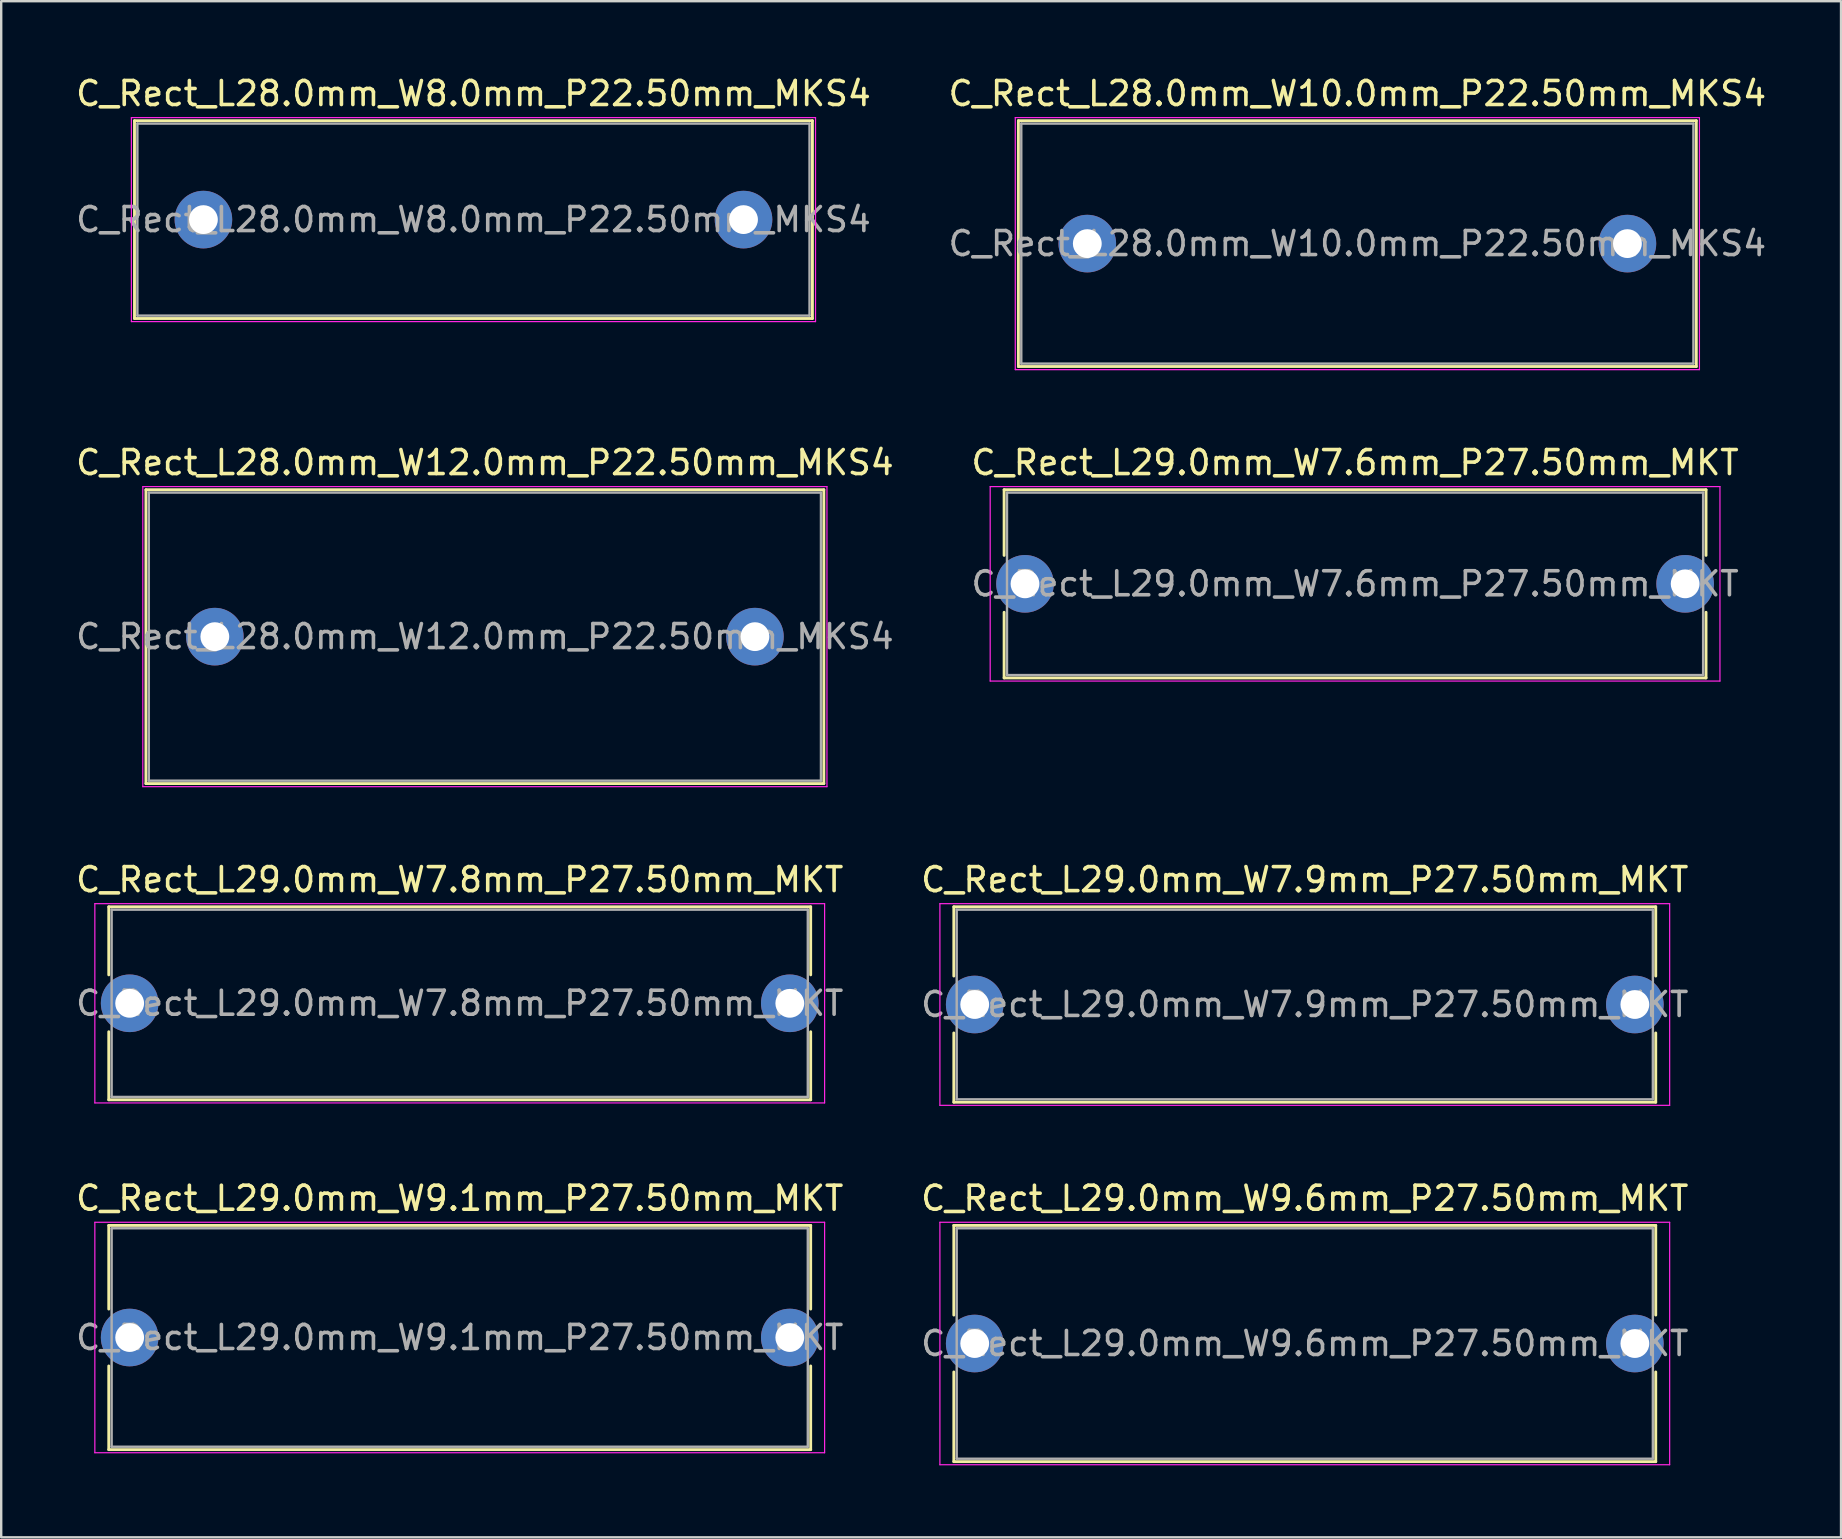
<source format=kicad_pcb>
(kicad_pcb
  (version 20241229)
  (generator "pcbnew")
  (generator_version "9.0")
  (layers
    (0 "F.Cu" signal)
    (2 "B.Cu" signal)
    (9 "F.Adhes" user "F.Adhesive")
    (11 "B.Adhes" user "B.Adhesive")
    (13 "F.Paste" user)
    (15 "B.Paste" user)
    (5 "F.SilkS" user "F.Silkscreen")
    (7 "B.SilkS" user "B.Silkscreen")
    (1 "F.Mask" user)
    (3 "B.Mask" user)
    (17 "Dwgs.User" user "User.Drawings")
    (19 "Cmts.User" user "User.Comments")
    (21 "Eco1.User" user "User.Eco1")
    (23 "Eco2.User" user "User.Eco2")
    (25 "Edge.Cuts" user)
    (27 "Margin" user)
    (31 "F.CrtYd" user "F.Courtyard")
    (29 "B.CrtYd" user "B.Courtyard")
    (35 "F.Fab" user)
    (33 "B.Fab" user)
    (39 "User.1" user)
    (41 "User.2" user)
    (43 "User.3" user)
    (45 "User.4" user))
  (footprint "C_Rect_L28.0mm_W8.0mm_P22.50mm_MKS4"
    (layer "F.Cu")
    (at 5.423 6.098)
    (property "Reference" "C_Rect_L28.0mm_W8.0mm_P22.50mm_MKS4" (at 11.25 -5.25 0) (layer "F.SilkS") (effects (font (size 1 1) (thickness 0.15))))
    (attr through_hole)
    (fp_line (start -2.87 -4.12) (end -2.87 4.12) (stroke (width 0.12) (type solid)) (layer "F.SilkS"))
    (fp_line (start -2.87 -4.12) (end 25.37 -4.12) (stroke (width 0.12) (type solid)) (layer "F.SilkS"))
    (fp_line (start -2.87 4.12) (end 25.37 4.12) (stroke (width 0.12) (type solid)) (layer "F.SilkS"))
    (fp_line (start 25.37 -4.12) (end 25.37 4.12) (stroke (width 0.12) (type solid)) (layer "F.SilkS"))
    (fp_line (start -3 -4.25) (end -3 4.25) (stroke (width 0.05) (type solid)) (layer "F.CrtYd"))
    (fp_line (start -3 4.25) (end 25.5 4.25) (stroke (width 0.05) (type solid)) (layer "F.CrtYd"))
    (fp_line (start 25.5 -4.25) (end -3 -4.25) (stroke (width 0.05) (type solid)) (layer "F.CrtYd"))
    (fp_line (start 25.5 4.25) (end 25.5 -4.25) (stroke (width 0.05) (type solid)) (layer "F.CrtYd"))
    (fp_line (start -2.75 -4) (end -2.75 4) (stroke (width 0.1) (type solid)) (layer "F.Fab"))
    (fp_line (start -2.75 4) (end 25.25 4) (stroke (width 0.1) (type solid)) (layer "F.Fab"))
    (fp_line (start 25.25 -4) (end -2.75 -4) (stroke (width 0.1) (type solid)) (layer "F.Fab"))
    (fp_line (start 25.25 4) (end 25.25 -4) (stroke (width 0.1) (type solid)) (layer "F.Fab"))
    (fp_text user "${REFERENCE}" (at 11.25 0 0) (layer "F.Fab") (effects (font (size 1 1) (thickness 0.15))))
    (pad "1" thru_hole circle (at 0 0) (size 2.4 2.4) (drill 1.2) (layers "*.Cu" "*.Mask"))
    (pad "2" thru_hole circle (at 22.5 0) (size 2.4 2.4) (drill 1.2) (layers "*.Cu" "*.Mask")))
  (footprint "C_Rect_L28.0mm_W12.0mm_P22.50mm_MKS4"
    (layer "F.Cu")
    (at 5.899 23.471)
    (property "Reference" "C_Rect_L28.0mm_W12.0mm_P22.50mm_MKS4" (at 11.25 -7.25 0) (layer "F.SilkS") (effects (font (size 1 1) (thickness 0.15))))
    (attr through_hole)
    (fp_line (start -2.87 -6.12) (end -2.87 6.12) (stroke (width 0.12) (type solid)) (layer "F.SilkS"))
    (fp_line (start -2.87 -6.12) (end 25.37 -6.12) (stroke (width 0.12) (type solid)) (layer "F.SilkS"))
    (fp_line (start -2.87 6.12) (end 25.37 6.12) (stroke (width 0.12) (type solid)) (layer "F.SilkS"))
    (fp_line (start 25.37 -6.12) (end 25.37 6.12) (stroke (width 0.12) (type solid)) (layer "F.SilkS"))
    (fp_line (start -3 -6.25) (end -3 6.25) (stroke (width 0.05) (type solid)) (layer "F.CrtYd"))
    (fp_line (start -3 6.25) (end 25.5 6.25) (stroke (width 0.05) (type solid)) (layer "F.CrtYd"))
    (fp_line (start 25.5 -6.25) (end -3 -6.25) (stroke (width 0.05) (type solid)) (layer "F.CrtYd"))
    (fp_line (start 25.5 6.25) (end 25.5 -6.25) (stroke (width 0.05) (type solid)) (layer "F.CrtYd"))
    (fp_line (start -2.75 -6) (end -2.75 6) (stroke (width 0.1) (type solid)) (layer "F.Fab"))
    (fp_line (start -2.75 6) (end 25.25 6) (stroke (width 0.1) (type solid)) (layer "F.Fab"))
    (fp_line (start 25.25 -6) (end -2.75 -6) (stroke (width 0.1) (type solid)) (layer "F.Fab"))
    (fp_line (start 25.25 6) (end 25.25 -6) (stroke (width 0.1) (type solid)) (layer "F.Fab"))
    (fp_text user "${REFERENCE}" (at 11.25 0 0) (layer "F.Fab") (effects (font (size 1 1) (thickness 0.15))))
    (pad "1" thru_hole circle (at 0 0) (size 2.4 2.4) (drill 1.2) (layers "*.Cu" "*.Mask"))
    (pad "2" thru_hole circle (at 22.5 0) (size 2.4 2.4) (drill 1.2) (layers "*.Cu" "*.Mask")))
  (footprint "C_Rect_L29.0mm_W9.1mm_P27.50mm_MKT"
    (layer "F.Cu")
    (at 2.351 52.668)
    (property "Reference" "C_Rect_L29.0mm_W9.1mm_P27.50mm_MKT" (at 13.75 -5.8 0) (layer "F.SilkS") (effects (font (size 1 1) (thickness 0.15))))
    (attr through_hole)
    (fp_line (start -0.87 -4.67) (end -0.87 -1.185) (stroke (width 0.12) (type solid)) (layer "F.SilkS"))
    (fp_line (start -0.87 -4.67) (end 28.37 -4.67) (stroke (width 0.12) (type solid)) (layer "F.SilkS"))
    (fp_line (start -0.87 1.185) (end -0.87 4.67) (stroke (width 0.12) (type solid)) (layer "F.SilkS"))
    (fp_line (start -0.87 4.67) (end 28.37 4.67) (stroke (width 0.12) (type solid)) (layer "F.SilkS"))
    (fp_line (start 28.37 -4.67) (end 28.37 -1.185) (stroke (width 0.12) (type solid)) (layer "F.SilkS"))
    (fp_line (start 28.37 1.185) (end 28.37 4.67) (stroke (width 0.12) (type solid)) (layer "F.SilkS"))
    (fp_line (start -1.45 -4.8) (end -1.45 4.8) (stroke (width 0.05) (type solid)) (layer "F.CrtYd"))
    (fp_line (start -1.45 4.8) (end 28.95 4.8) (stroke (width 0.05) (type solid)) (layer "F.CrtYd"))
    (fp_line (start 28.95 -4.8) (end -1.45 -4.8) (stroke (width 0.05) (type solid)) (layer "F.CrtYd"))
    (fp_line (start 28.95 4.8) (end 28.95 -4.8) (stroke (width 0.05) (type solid)) (layer "F.CrtYd"))
    (fp_line (start -0.75 -4.55) (end -0.75 4.55) (stroke (width 0.1) (type solid)) (layer "F.Fab"))
    (fp_line (start -0.75 4.55) (end 28.25 4.55) (stroke (width 0.1) (type solid)) (layer "F.Fab"))
    (fp_line (start 28.25 -4.55) (end -0.75 -4.55) (stroke (width 0.1) (type solid)) (layer "F.Fab"))
    (fp_line (start 28.25 4.55) (end 28.25 -4.55) (stroke (width 0.1) (type solid)) (layer "F.Fab"))
    (fp_text user "${REFERENCE}" (at 13.75 0 0) (layer "F.Fab") (effects (font (size 1 1) (thickness 0.15))))
    (pad "1" thru_hole circle (at 0 0) (size 2.4 2.4) (drill 1.2) (layers "*.Cu" "*.Mask"))
    (pad "2" thru_hole circle (at 27.5 0) (size 2.4 2.4) (drill 1.2) (layers "*.Cu" "*.Mask")))
  (footprint "C_Rect_L28.0mm_W10.0mm_P22.50mm_MKS4"
    (layer "F.Cu")
    (at 42.244 7.098)
    (property "Reference" "C_Rect_L28.0mm_W10.0mm_P22.50mm_MKS4" (at 11.25 -6.25 0) (layer "F.SilkS") (effects (font (size 1 1) (thickness 0.15))))
    (attr through_hole)
    (fp_line (start -2.87 -5.12) (end -2.87 5.12) (stroke (width 0.12) (type solid)) (layer "F.SilkS"))
    (fp_line (start -2.87 -5.12) (end 25.37 -5.12) (stroke (width 0.12) (type solid)) (layer "F.SilkS"))
    (fp_line (start -2.87 5.12) (end 25.37 5.12) (stroke (width 0.12) (type solid)) (layer "F.SilkS"))
    (fp_line (start 25.37 -5.12) (end 25.37 5.12) (stroke (width 0.12) (type solid)) (layer "F.SilkS"))
    (fp_line (start -3 -5.25) (end -3 5.25) (stroke (width 0.05) (type solid)) (layer "F.CrtYd"))
    (fp_line (start -3 5.25) (end 25.5 5.25) (stroke (width 0.05) (type solid)) (layer "F.CrtYd"))
    (fp_line (start 25.5 -5.25) (end -3 -5.25) (stroke (width 0.05) (type solid)) (layer "F.CrtYd"))
    (fp_line (start 25.5 5.25) (end 25.5 -5.25) (stroke (width 0.05) (type solid)) (layer "F.CrtYd"))
    (fp_line (start -2.75 -5) (end -2.75 5) (stroke (width 0.1) (type solid)) (layer "F.Fab"))
    (fp_line (start -2.75 5) (end 25.25 5) (stroke (width 0.1) (type solid)) (layer "F.Fab"))
    (fp_line (start 25.25 -5) (end -2.75 -5) (stroke (width 0.1) (type solid)) (layer "F.Fab"))
    (fp_line (start 25.25 5) (end 25.25 -5) (stroke (width 0.1) (type solid)) (layer "F.Fab"))
    (fp_text user "${REFERENCE}" (at 11.25 0 0) (layer "F.Fab") (effects (font (size 1 1) (thickness 0.15))))
    (pad "1" thru_hole circle (at 0 0) (size 2.4 2.4) (drill 1.2) (layers "*.Cu" "*.Mask"))
    (pad "2" thru_hole circle (at 22.5 0) (size 2.4 2.4) (drill 1.2) (layers "*.Cu" "*.Mask")))
  (footprint "C_Rect_L29.0mm_W7.6mm_P27.50mm_MKT"
    (layer "F.Cu")
    (at 39.649 21.271)
    (property "Reference" "C_Rect_L29.0mm_W7.6mm_P27.50mm_MKT" (at 13.75 -5.05 0) (layer "F.SilkS") (effects (font (size 1 1) (thickness 0.15))))
    (attr through_hole)
    (fp_line (start -0.87 -3.92) (end -0.87 -1.185) (stroke (width 0.12) (type solid)) (layer "F.SilkS"))
    (fp_line (start -0.87 -3.92) (end 28.37 -3.92) (stroke (width 0.12) (type solid)) (layer "F.SilkS"))
    (fp_line (start -0.87 1.185) (end -0.87 3.92) (stroke (width 0.12) (type solid)) (layer "F.SilkS"))
    (fp_line (start -0.87 3.92) (end 28.37 3.92) (stroke (width 0.12) (type solid)) (layer "F.SilkS"))
    (fp_line (start 28.37 -3.92) (end 28.37 -1.185) (stroke (width 0.12) (type solid)) (layer "F.SilkS"))
    (fp_line (start 28.37 1.185) (end 28.37 3.92) (stroke (width 0.12) (type solid)) (layer "F.SilkS"))
    (fp_line (start -1.45 -4.05) (end -1.45 4.05) (stroke (width 0.05) (type solid)) (layer "F.CrtYd"))
    (fp_line (start -1.45 4.05) (end 28.95 4.05) (stroke (width 0.05) (type solid)) (layer "F.CrtYd"))
    (fp_line (start 28.95 -4.05) (end -1.45 -4.05) (stroke (width 0.05) (type solid)) (layer "F.CrtYd"))
    (fp_line (start 28.95 4.05) (end 28.95 -4.05) (stroke (width 0.05) (type solid)) (layer "F.CrtYd"))
    (fp_line (start -0.75 -3.8) (end -0.75 3.8) (stroke (width 0.1) (type solid)) (layer "F.Fab"))
    (fp_line (start -0.75 3.8) (end 28.25 3.8) (stroke (width 0.1) (type solid)) (layer "F.Fab"))
    (fp_line (start 28.25 -3.8) (end -0.75 -3.8) (stroke (width 0.1) (type solid)) (layer "F.Fab"))
    (fp_line (start 28.25 3.8) (end 28.25 -3.8) (stroke (width 0.1) (type solid)) (layer "F.Fab"))
    (fp_text user "${REFERENCE}" (at 13.75 0 0) (layer "F.Fab") (effects (font (size 1 1) (thickness 0.15))))
    (pad "1" thru_hole circle (at 0 0) (size 2.4 2.4) (drill 1.2) (layers "*.Cu" "*.Mask"))
    (pad "2" thru_hole circle (at 27.5 0) (size 2.4 2.4) (drill 1.2) (layers "*.Cu" "*.Mask")))
  (footprint "C_Rect_L29.0mm_W7.9mm_P27.50mm_MKT"
    (layer "F.Cu")
    (at 37.554 38.795)
    (property "Reference" "C_Rect_L29.0mm_W7.9mm_P27.50mm_MKT" (at 13.75 -5.2 0) (layer "F.SilkS") (effects (font (size 1 1) (thickness 0.15))))
    (attr through_hole)
    (fp_line (start -0.87 -4.07) (end -0.87 -1.185) (stroke (width 0.12) (type solid)) (layer "F.SilkS"))
    (fp_line (start -0.87 -4.07) (end 28.37 -4.07) (stroke (width 0.12) (type solid)) (layer "F.SilkS"))
    (fp_line (start -0.87 1.185) (end -0.87 4.07) (stroke (width 0.12) (type solid)) (layer "F.SilkS"))
    (fp_line (start -0.87 4.07) (end 28.37 4.07) (stroke (width 0.12) (type solid)) (layer "F.SilkS"))
    (fp_line (start 28.37 -4.07) (end 28.37 -1.185) (stroke (width 0.12) (type solid)) (layer "F.SilkS"))
    (fp_line (start 28.37 1.185) (end 28.37 4.07) (stroke (width 0.12) (type solid)) (layer "F.SilkS"))
    (fp_line (start -1.45 -4.2) (end -1.45 4.2) (stroke (width 0.05) (type solid)) (layer "F.CrtYd"))
    (fp_line (start -1.45 4.2) (end 28.95 4.2) (stroke (width 0.05) (type solid)) (layer "F.CrtYd"))
    (fp_line (start 28.95 -4.2) (end -1.45 -4.2) (stroke (width 0.05) (type solid)) (layer "F.CrtYd"))
    (fp_line (start 28.95 4.2) (end 28.95 -4.2) (stroke (width 0.05) (type solid)) (layer "F.CrtYd"))
    (fp_line (start -0.75 -3.95) (end -0.75 3.95) (stroke (width 0.1) (type solid)) (layer "F.Fab"))
    (fp_line (start -0.75 3.95) (end 28.25 3.95) (stroke (width 0.1) (type solid)) (layer "F.Fab"))
    (fp_line (start 28.25 -3.95) (end -0.75 -3.95) (stroke (width 0.1) (type solid)) (layer "F.Fab"))
    (fp_line (start 28.25 3.95) (end 28.25 -3.95) (stroke (width 0.1) (type solid)) (layer "F.Fab"))
    (fp_text user "${REFERENCE}" (at 13.75 0 0) (layer "F.Fab") (effects (font (size 1 1) (thickness 0.15))))
    (pad "1" thru_hole circle (at 0 0) (size 2.4 2.4) (drill 1.2) (layers "*.Cu" "*.Mask"))
    (pad "2" thru_hole circle (at 27.5 0) (size 2.4 2.4) (drill 1.2) (layers "*.Cu" "*.Mask")))
  (footprint "C_Rect_L29.0mm_W7.8mm_P27.50mm_MKT"
    (layer "F.Cu")
    (at 2.351 38.745)
    (property "Reference" "C_Rect_L29.0mm_W7.8mm_P27.50mm_MKT" (at 13.75 -5.15 0) (layer "F.SilkS") (effects (font (size 1 1) (thickness 0.15))))
    (attr through_hole)
    (fp_line (start -0.87 -4.02) (end -0.87 -1.185) (stroke (width 0.12) (type solid)) (layer "F.SilkS"))
    (fp_line (start -0.87 -4.02) (end 28.37 -4.02) (stroke (width 0.12) (type solid)) (layer "F.SilkS"))
    (fp_line (start -0.87 1.185) (end -0.87 4.02) (stroke (width 0.12) (type solid)) (layer "F.SilkS"))
    (fp_line (start -0.87 4.02) (end 28.37 4.02) (stroke (width 0.12) (type solid)) (layer "F.SilkS"))
    (fp_line (start 28.37 -4.02) (end 28.37 -1.185) (stroke (width 0.12) (type solid)) (layer "F.SilkS"))
    (fp_line (start 28.37 1.185) (end 28.37 4.02) (stroke (width 0.12) (type solid)) (layer "F.SilkS"))
    (fp_line (start -1.45 -4.15) (end -1.45 4.15) (stroke (width 0.05) (type solid)) (layer "F.CrtYd"))
    (fp_line (start -1.45 4.15) (end 28.95 4.15) (stroke (width 0.05) (type solid)) (layer "F.CrtYd"))
    (fp_line (start 28.95 -4.15) (end -1.45 -4.15) (stroke (width 0.05) (type solid)) (layer "F.CrtYd"))
    (fp_line (start 28.95 4.15) (end 28.95 -4.15) (stroke (width 0.05) (type solid)) (layer "F.CrtYd"))
    (fp_line (start -0.75 -3.9) (end -0.75 3.9) (stroke (width 0.1) (type solid)) (layer "F.Fab"))
    (fp_line (start -0.75 3.9) (end 28.25 3.9) (stroke (width 0.1) (type solid)) (layer "F.Fab"))
    (fp_line (start 28.25 -3.9) (end -0.75 -3.9) (stroke (width 0.1) (type solid)) (layer "F.Fab"))
    (fp_line (start 28.25 3.9) (end 28.25 -3.9) (stroke (width 0.1) (type solid)) (layer "F.Fab"))
    (fp_text user "${REFERENCE}" (at 13.75 0 0) (layer "F.Fab") (effects (font (size 1 1) (thickness 0.15))))
    (pad "1" thru_hole circle (at 0 0) (size 2.4 2.4) (drill 1.2) (layers "*.Cu" "*.Mask"))
    (pad "2" thru_hole circle (at 27.5 0) (size 2.4 2.4) (drill 1.2) (layers "*.Cu" "*.Mask")))
  (footprint "C_Rect_L29.0mm_W9.6mm_P27.50mm_MKT"
    (layer "F.Cu")
    (at 37.554 52.918)
    (property "Reference" "C_Rect_L29.0mm_W9.6mm_P27.50mm_MKT" (at 13.75 -6.05 0) (layer "F.SilkS") (effects (font (size 1 1) (thickness 0.15))))
    (attr through_hole)
    (fp_line (start -0.87 -4.92) (end -0.87 -1.185) (stroke (width 0.12) (type solid)) (layer "F.SilkS"))
    (fp_line (start -0.87 -4.92) (end 28.37 -4.92) (stroke (width 0.12) (type solid)) (layer "F.SilkS"))
    (fp_line (start -0.87 1.185) (end -0.87 4.92) (stroke (width 0.12) (type solid)) (layer "F.SilkS"))
    (fp_line (start -0.87 4.92) (end 28.37 4.92) (stroke (width 0.12) (type solid)) (layer "F.SilkS"))
    (fp_line (start 28.37 -4.92) (end 28.37 -1.185) (stroke (width 0.12) (type solid)) (layer "F.SilkS"))
    (fp_line (start 28.37 1.185) (end 28.37 4.92) (stroke (width 0.12) (type solid)) (layer "F.SilkS"))
    (fp_line (start -1.45 -5.05) (end -1.45 5.05) (stroke (width 0.05) (type solid)) (layer "F.CrtYd"))
    (fp_line (start -1.45 5.05) (end 28.95 5.05) (stroke (width 0.05) (type solid)) (layer "F.CrtYd"))
    (fp_line (start 28.95 -5.05) (end -1.45 -5.05) (stroke (width 0.05) (type solid)) (layer "F.CrtYd"))
    (fp_line (start 28.95 5.05) (end 28.95 -5.05) (stroke (width 0.05) (type solid)) (layer "F.CrtYd"))
    (fp_line (start -0.75 -4.8) (end -0.75 4.8) (stroke (width 0.1) (type solid)) (layer "F.Fab"))
    (fp_line (start -0.75 4.8) (end 28.25 4.8) (stroke (width 0.1) (type solid)) (layer "F.Fab"))
    (fp_line (start 28.25 -4.8) (end -0.75 -4.8) (stroke (width 0.1) (type solid)) (layer "F.Fab"))
    (fp_line (start 28.25 4.8) (end 28.25 -4.8) (stroke (width 0.1) (type solid)) (layer "F.Fab"))
    (fp_text user "${REFERENCE}" (at 13.75 0 0) (layer "F.Fab") (effects (font (size 1 1) (thickness 0.15))))
    (pad "1" thru_hole circle (at 0 0) (size 2.4 2.4) (drill 1.2) (layers "*.Cu" "*.Mask"))
    (pad "2" thru_hole circle (at 27.5 0) (size 2.4 2.4) (drill 1.2) (layers "*.Cu" "*.Mask")))
  (gr_rect
    (start -3 -3)
    (end 73.643 60.993)
    (stroke (width 0.1) (type default))
    (fill no)
    (layer "Edge.Cuts")))
</source>
